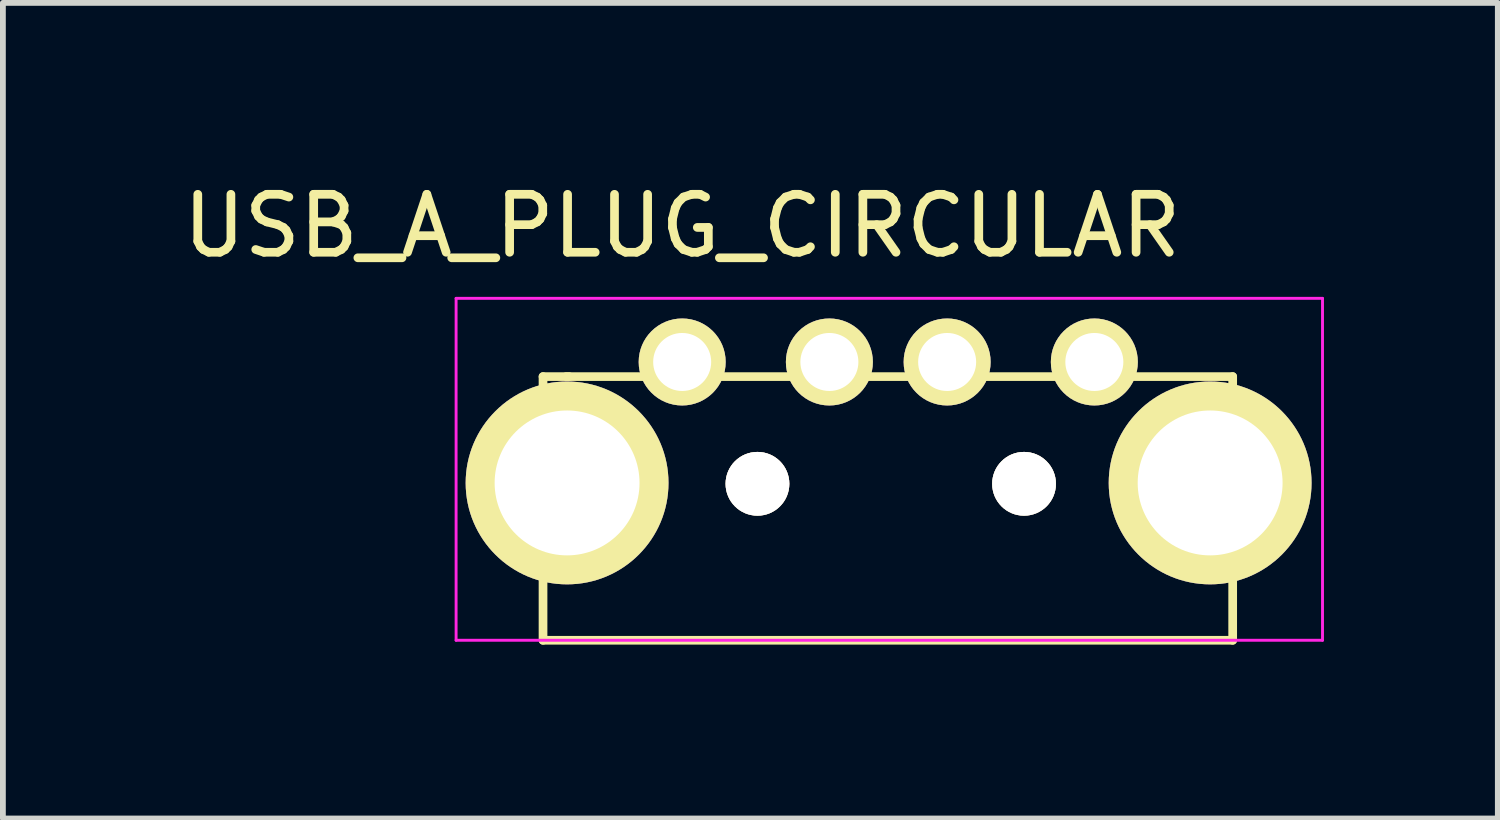
<source format=kicad_pcb>
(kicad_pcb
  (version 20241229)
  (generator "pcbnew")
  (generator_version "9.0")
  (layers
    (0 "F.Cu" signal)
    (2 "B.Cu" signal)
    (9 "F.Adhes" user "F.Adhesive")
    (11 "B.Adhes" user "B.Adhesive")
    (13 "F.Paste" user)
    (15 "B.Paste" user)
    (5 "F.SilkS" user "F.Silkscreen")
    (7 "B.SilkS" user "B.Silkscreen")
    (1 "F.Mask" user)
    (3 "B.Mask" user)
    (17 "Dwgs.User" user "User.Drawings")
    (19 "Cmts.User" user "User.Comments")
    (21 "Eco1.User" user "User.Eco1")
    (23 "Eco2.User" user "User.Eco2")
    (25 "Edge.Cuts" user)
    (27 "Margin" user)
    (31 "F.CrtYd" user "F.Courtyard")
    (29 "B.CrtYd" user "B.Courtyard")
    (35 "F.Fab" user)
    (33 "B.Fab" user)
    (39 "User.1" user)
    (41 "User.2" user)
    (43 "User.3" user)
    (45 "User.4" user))
  (footprint "USB_A_PLUG_CIRCULAR"
    (layer "F.Cu")
    (at 8.72 3.198)
    (property "Reference" "USB_A_PLUG_CIRCULAR" (at 0 -2.35 0) (layer "F.SilkS") (effects (font (size 1 1) (thickness 0.15))))
    (attr through_hole)
    (fp_line (start -2.4 0.25) (end 9.5 0.25) (stroke (width 0.15) (type solid)) (layer "F.SilkS"))
    (fp_line (start -2.4 4.8) (end -2.4 0.25) (stroke (width 0.15) (type solid)) (layer "F.SilkS"))
    (fp_line (start -2 0.25) (end -1.95 0.25) (stroke (width 0.15) (type solid)) (layer "F.SilkS"))
    (fp_line (start 9.5 0.25) (end 9.5 4.8) (stroke (width 0.15) (type solid)) (layer "F.SilkS"))
    (fp_line (start 9.5 4.8) (end -2.4 4.8) (stroke (width 0.15) (type solid)) (layer "F.SilkS"))
    (fp_line (start -3.9 -1.1) (end 11.05 -1.1) (stroke (width 0.05) (type solid)) (layer "F.CrtYd"))
    (fp_line (start -3.9 4.8) (end -3.9 -1.1) (stroke (width 0.05) (type solid)) (layer "F.CrtYd"))
    (fp_line (start -3.9 4.8) (end 11.05 4.8) (stroke (width 0.05) (type solid)) (layer "F.CrtYd"))
    (fp_line (start 11.05 -1.1) (end 11.05 4.8) (stroke (width 0.05) (type solid)) (layer "F.CrtYd"))
    (pad "1" thru_hole circle (at 0.001 -0.002 270) (size 1.501 1.501) (drill 1.001) (layers "*.Cu" "*.Mask" "F.SilkS"))
    (pad "2" thru_hole circle (at 2.541 -0.002 270) (size 1.501 1.501) (drill 1.001) (layers "*.Cu" "*.Mask" "F.SilkS"))
    (pad "3" thru_hole circle (at 4.573 -0.002 270) (size 1.501 1.501) (drill 1.001) (layers "*.Cu" "*.Mask" "F.SilkS"))
    (pad "4" thru_hole circle (at 7.113 -0.002 270) (size 1.501 1.501) (drill 1.001) (layers "*.Cu" "*.Mask" "F.SilkS"))
    (pad "5" thru_hole circle (at -1.985 2.085 270) (size 3.5 3.5) (drill 2.5) (layers "*.Cu" "*.Mask" "F.SilkS"))
    (pad "6" thru_hole circle (at 1.3 2.1 270) (size 1.1 1.1) (drill 1.1) (layers "*.Cu" "*.Mask" "F.SilkS"))
    (pad "6" thru_hole circle (at 5.9 2.1 270) (size 1.1 1.1) (drill 1.1) (layers "*.Cu" "*.Mask" "F.SilkS"))
    (pad "6" thru_hole circle (at 9.111 2.085 270) (size 3.5 3.5) (drill 2.5) (layers "*.Cu" "*.Mask" "F.SilkS")))
  (gr_rect
    (start -3 -3)
    (end 22.795 11.073)
    (stroke (width 0.1) (type default))
    (fill no)
    (layer "Edge.Cuts")))
</source>
